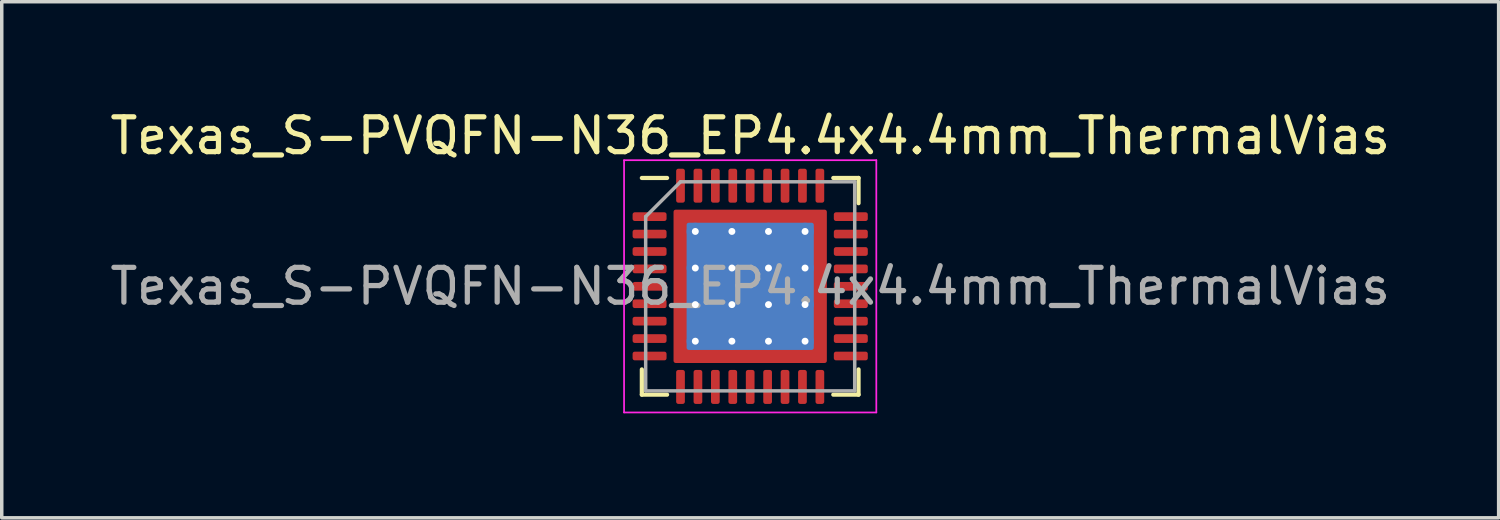
<source format=kicad_pcb>
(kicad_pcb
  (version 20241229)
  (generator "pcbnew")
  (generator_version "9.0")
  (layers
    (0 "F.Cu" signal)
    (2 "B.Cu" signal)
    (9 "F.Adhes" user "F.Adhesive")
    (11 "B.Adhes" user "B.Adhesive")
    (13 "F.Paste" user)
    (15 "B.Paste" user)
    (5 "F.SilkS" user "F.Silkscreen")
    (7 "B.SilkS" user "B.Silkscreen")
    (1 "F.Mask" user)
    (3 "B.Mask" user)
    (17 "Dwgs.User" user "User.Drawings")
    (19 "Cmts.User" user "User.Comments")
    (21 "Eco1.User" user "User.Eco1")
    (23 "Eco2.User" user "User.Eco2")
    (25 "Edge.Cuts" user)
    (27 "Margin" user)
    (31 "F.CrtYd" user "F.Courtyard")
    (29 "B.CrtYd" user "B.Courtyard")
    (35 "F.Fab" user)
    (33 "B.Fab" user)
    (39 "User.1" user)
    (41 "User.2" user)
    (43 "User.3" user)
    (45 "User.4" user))
  (footprint "Texas_S-PVQFN-N36_EP4.4x4.4mm_ThermalVias"
    (layer "F.Cu")
    (at 18.482 5.168)
    (property "Reference" "Texas_S-PVQFN-N36_EP4.4x4.4mm_ThermalVias" (at 0 -4.32 0) (layer "F.SilkS") (effects (font (size 1 1) (thickness 0.15))))
    (attr smd)
    (fp_line (start -3.11 3.11) (end -3.11 2.385) (stroke (width 0.12) (type solid)) (layer "F.SilkS"))
    (fp_line (start -2.385 -3.11) (end -3.11 -3.11) (stroke (width 0.12) (type solid)) (layer "F.SilkS"))
    (fp_line (start -2.385 3.11) (end -3.11 3.11) (stroke (width 0.12) (type solid)) (layer "F.SilkS"))
    (fp_line (start 2.385 -3.11) (end 3.11 -3.11) (stroke (width 0.12) (type solid)) (layer "F.SilkS"))
    (fp_line (start 2.385 3.11) (end 3.11 3.11) (stroke (width 0.12) (type solid)) (layer "F.SilkS"))
    (fp_line (start 3.11 -3.11) (end 3.11 -2.385) (stroke (width 0.12) (type solid)) (layer "F.SilkS"))
    (fp_line (start 3.11 3.11) (end 3.11 2.385) (stroke (width 0.12) (type solid)) (layer "F.SilkS"))
    (fp_line (start -3.62 -3.62) (end -3.62 3.62) (stroke (width 0.05) (type solid)) (layer "F.CrtYd"))
    (fp_line (start -3.62 3.62) (end 3.62 3.62) (stroke (width 0.05) (type solid)) (layer "F.CrtYd"))
    (fp_line (start 3.62 -3.62) (end -3.62 -3.62) (stroke (width 0.05) (type solid)) (layer "F.CrtYd"))
    (fp_line (start 3.62 3.62) (end 3.62 -3.62) (stroke (width 0.05) (type solid)) (layer "F.CrtYd"))
    (fp_line (start -3 -2) (end -2 -3) (stroke (width 0.1) (type solid)) (layer "F.Fab"))
    (fp_line (start -3 3) (end -3 -2) (stroke (width 0.1) (type solid)) (layer "F.Fab"))
    (fp_line (start -2 -3) (end 3 -3) (stroke (width 0.1) (type solid)) (layer "F.Fab"))
    (fp_line (start 3 -3) (end 3 3) (stroke (width 0.1) (type solid)) (layer "F.Fab"))
    (fp_line (start 3 3) (end -3 3) (stroke (width 0.1) (type solid)) (layer "F.Fab"))
    (fp_text user "${REFERENCE}" (at 0 0 0) (layer "F.Fab") (effects (font (size 1 1) (thickness 0.15))))
    (pad "" smd custom (at -1.887 -1.887) (size 0.39 0.39) (layers "F.Paste") (options (anchor circle)) (primitives (gr_poly (pts (xy -0.138 -0.138) (xy 0.138 -0.138) (xy 0.138 0.043) (xy 0.043 0.138) (xy -0.138 0.138)) (width 0.229) (fill yes))))
    (pad "" smd custom (at -1.887 -1.05) (size 0.419 0.419) (layers "F.Paste") (options (anchor circle)) (primitives (gr_poly (pts (xy -0.167 -0.338) (xy 0.096 -0.338) (xy 0.167 -0.267) (xy 0.167 0.267) (xy 0.096 0.338) (xy -0.167 0.338)) (width 0.17) (fill yes))))
    (pad "" smd custom (at -1.887 0) (size 0.419 0.419) (layers "F.Paste") (options (anchor circle)) (primitives (gr_poly (pts (xy -0.167 -0.338) (xy 0.096 -0.338) (xy 0.167 -0.267) (xy 0.167 0.267) (xy 0.096 0.338) (xy -0.167 0.338)) (width 0.17) (fill yes))))
    (pad "" smd custom (at -1.887 1.05) (size 0.419 0.419) (layers "F.Paste") (options (anchor circle)) (primitives (gr_poly (pts (xy -0.167 -0.338) (xy 0.096 -0.338) (xy 0.167 -0.267) (xy 0.167 0.267) (xy 0.096 0.338) (xy -0.167 0.338)) (width 0.17) (fill yes))))
    (pad "" smd custom (at -1.887 1.887) (size 0.39 0.39) (layers "F.Paste") (options (anchor circle)) (primitives (gr_poly (pts (xy -0.138 -0.138) (xy 0.043 -0.138) (xy 0.138 -0.043) (xy 0.138 0.138) (xy -0.138 0.138)) (width 0.229) (fill yes))))
    (pad "" smd custom (at -1.05 -1.887) (size 0.419 0.419) (layers "F.Paste") (options (anchor circle)) (primitives (gr_poly (pts (xy -0.338 -0.167) (xy 0.338 -0.167) (xy 0.338 0.096) (xy 0.267 0.167) (xy -0.267 0.167) (xy -0.338 0.096)) (width 0.17) (fill yes))))
    (pad "" smd roundrect (at -1.05 -1.05) (size 0.847 0.847) (layers "F.Paste") (roundrect_rratio 0.25))
    (pad "" smd roundrect (at -1.05 0) (size 0.847 0.847) (layers "F.Paste") (roundrect_rratio 0.25))
    (pad "" smd roundrect (at -1.05 1.05) (size 0.847 0.847) (layers "F.Paste") (roundrect_rratio 0.25))
    (pad "" smd custom (at -1.05 1.887) (size 0.419 0.419) (layers "F.Paste") (options (anchor circle)) (primitives (gr_poly (pts (xy -0.338 -0.096) (xy -0.267 -0.167) (xy 0.267 -0.167) (xy 0.338 -0.096) (xy 0.338 0.167) (xy -0.338 0.167)) (width 0.17) (fill yes))))
    (pad "" smd custom (at 0 -1.887) (size 0.419 0.419) (layers "F.Paste") (options (anchor circle)) (primitives (gr_poly (pts (xy -0.338 -0.167) (xy 0.338 -0.167) (xy 0.338 0.096) (xy 0.267 0.167) (xy -0.267 0.167) (xy -0.338 0.096)) (width 0.17) (fill yes))))
    (pad "" smd roundrect (at 0 -1.05) (size 0.847 0.847) (layers "F.Paste") (roundrect_rratio 0.25))
    (pad "" smd roundrect (at 0 0) (size 0.847 0.847) (layers "F.Paste") (roundrect_rratio 0.25))
    (pad "" smd roundrect (at 0 1.05) (size 0.847 0.847) (layers "F.Paste") (roundrect_rratio 0.25))
    (pad "" smd custom (at 0 1.887) (size 0.419 0.419) (layers "F.Paste") (options (anchor circle)) (primitives (gr_poly (pts (xy -0.338 -0.096) (xy -0.267 -0.167) (xy 0.267 -0.167) (xy 0.338 -0.096) (xy 0.338 0.167) (xy -0.338 0.167)) (width 0.17) (fill yes))))
    (pad "" smd custom (at 1.05 -1.887) (size 0.419 0.419) (layers "F.Paste") (options (anchor circle)) (primitives (gr_poly (pts (xy -0.338 -0.167) (xy 0.338 -0.167) (xy 0.338 0.096) (xy 0.267 0.167) (xy -0.267 0.167) (xy -0.338 0.096)) (width 0.17) (fill yes))))
    (pad "" smd roundrect (at 1.05 -1.05) (size 0.847 0.847) (layers "F.Paste") (roundrect_rratio 0.25))
    (pad "" smd roundrect (at 1.05 0) (size 0.847 0.847) (layers "F.Paste") (roundrect_rratio 0.25))
    (pad "" smd roundrect (at 1.05 1.05) (size 0.847 0.847) (layers "F.Paste") (roundrect_rratio 0.25))
    (pad "" smd custom (at 1.05 1.887) (size 0.419 0.419) (layers "F.Paste") (options (anchor circle)) (primitives (gr_poly (pts (xy -0.338 -0.096) (xy -0.267 -0.167) (xy 0.267 -0.167) (xy 0.338 -0.096) (xy 0.338 0.167) (xy -0.338 0.167)) (width 0.17) (fill yes))))
    (pad "" smd custom (at 1.887 -1.887) (size 0.39 0.39) (layers "F.Paste") (options (anchor circle)) (primitives (gr_poly (pts (xy -0.138 -0.138) (xy 0.138 -0.138) (xy 0.138 0.138) (xy -0.043 0.138) (xy -0.138 0.043)) (width 0.229) (fill yes))))
    (pad "" smd custom (at 1.887 -1.05) (size 0.419 0.419) (layers "F.Paste") (options (anchor circle)) (primitives (gr_poly (pts (xy -0.167 -0.267) (xy -0.096 -0.338) (xy 0.167 -0.338) (xy 0.167 0.338) (xy -0.096 0.338) (xy -0.167 0.267)) (width 0.17) (fill yes))))
    (pad "" smd custom (at 1.887 0) (size 0.419 0.419) (layers "F.Paste") (options (anchor circle)) (primitives (gr_poly (pts (xy -0.167 -0.267) (xy -0.096 -0.338) (xy 0.167 -0.338) (xy 0.167 0.338) (xy -0.096 0.338) (xy -0.167 0.267)) (width 0.17) (fill yes))))
    (pad "" smd custom (at 1.887 1.05) (size 0.419 0.419) (layers "F.Paste") (options (anchor circle)) (primitives (gr_poly (pts (xy -0.167 -0.267) (xy -0.096 -0.338) (xy 0.167 -0.338) (xy 0.167 0.338) (xy -0.096 0.338) (xy -0.167 0.267)) (width 0.17) (fill yes))))
    (pad "" smd custom (at 1.887 1.887) (size 0.39 0.39) (layers "F.Paste") (options (anchor circle)) (primitives (gr_poly (pts (xy -0.138 -0.043) (xy -0.043 -0.138) (xy 0.138 -0.138) (xy 0.138 0.138) (xy -0.138 0.138)) (width 0.229) (fill yes))))
    (pad "1" smd roundrect (at -2.888 -2) (size 0.975 0.25) (layers "F.Cu" "F.Mask" "F.Paste") (roundrect_rratio 0.25))
    (pad "2" smd roundrect (at -2.888 -1.5) (size 0.975 0.25) (layers "F.Cu" "F.Mask" "F.Paste") (roundrect_rratio 0.25))
    (pad "3" smd roundrect (at -2.888 -1) (size 0.975 0.25) (layers "F.Cu" "F.Mask" "F.Paste") (roundrect_rratio 0.25))
    (pad "4" smd roundrect (at -2.888 -0.5) (size 0.975 0.25) (layers "F.Cu" "F.Mask" "F.Paste") (roundrect_rratio 0.25))
    (pad "5" smd roundrect (at -2.888 0) (size 0.975 0.25) (layers "F.Cu" "F.Mask" "F.Paste") (roundrect_rratio 0.25))
    (pad "6" smd roundrect (at -2.888 0.5) (size 0.975 0.25) (layers "F.Cu" "F.Mask" "F.Paste") (roundrect_rratio 0.25))
    (pad "7" smd roundrect (at -2.888 1) (size 0.975 0.25) (layers "F.Cu" "F.Mask" "F.Paste") (roundrect_rratio 0.25))
    (pad "8" smd roundrect (at -2.888 1.5) (size 0.975 0.25) (layers "F.Cu" "F.Mask" "F.Paste") (roundrect_rratio 0.25))
    (pad "9" smd roundrect (at -2.888 2) (size 0.975 0.25) (layers "F.Cu" "F.Mask" "F.Paste") (roundrect_rratio 0.25))
    (pad "10" smd roundrect (at -2 2.888) (size 0.25 0.975) (layers "F.Cu" "F.Mask" "F.Paste") (roundrect_rratio 0.25))
    (pad "11" smd roundrect (at -1.5 2.888) (size 0.25 0.975) (layers "F.Cu" "F.Mask" "F.Paste") (roundrect_rratio 0.25))
    (pad "12" smd roundrect (at -1 2.888) (size 0.25 0.975) (layers "F.Cu" "F.Mask" "F.Paste") (roundrect_rratio 0.25))
    (pad "13" smd roundrect (at -0.5 2.888) (size 0.25 0.975) (layers "F.Cu" "F.Mask" "F.Paste") (roundrect_rratio 0.25))
    (pad "14" smd roundrect (at 0 2.888) (size 0.25 0.975) (layers "F.Cu" "F.Mask" "F.Paste") (roundrect_rratio 0.25))
    (pad "15" smd roundrect (at 0.5 2.888) (size 0.25 0.975) (layers "F.Cu" "F.Mask" "F.Paste") (roundrect_rratio 0.25))
    (pad "16" smd roundrect (at 1 2.888) (size 0.25 0.975) (layers "F.Cu" "F.Mask" "F.Paste") (roundrect_rratio 0.25))
    (pad "17" smd roundrect (at 1.5 2.888) (size 0.25 0.975) (layers "F.Cu" "F.Mask" "F.Paste") (roundrect_rratio 0.25))
    (pad "18" smd roundrect (at 2 2.888) (size 0.25 0.975) (layers "F.Cu" "F.Mask" "F.Paste") (roundrect_rratio 0.25))
    (pad "19" smd roundrect (at 2.888 2) (size 0.975 0.25) (layers "F.Cu" "F.Mask" "F.Paste") (roundrect_rratio 0.25))
    (pad "20" smd roundrect (at 2.888 1.5) (size 0.975 0.25) (layers "F.Cu" "F.Mask" "F.Paste") (roundrect_rratio 0.25))
    (pad "21" smd roundrect (at 2.888 1) (size 0.975 0.25) (layers "F.Cu" "F.Mask" "F.Paste") (roundrect_rratio 0.25))
    (pad "22" smd roundrect (at 2.888 0.5) (size 0.975 0.25) (layers "F.Cu" "F.Mask" "F.Paste") (roundrect_rratio 0.25))
    (pad "23" smd roundrect (at 2.888 0) (size 0.975 0.25) (layers "F.Cu" "F.Mask" "F.Paste") (roundrect_rratio 0.25))
    (pad "24" smd roundrect (at 2.888 -0.5) (size 0.975 0.25) (layers "F.Cu" "F.Mask" "F.Paste") (roundrect_rratio 0.25))
    (pad "25" smd roundrect (at 2.888 -1) (size 0.975 0.25) (layers "F.Cu" "F.Mask" "F.Paste") (roundrect_rratio 0.25))
    (pad "26" smd roundrect (at 2.888 -1.5) (size 0.975 0.25) (layers "F.Cu" "F.Mask" "F.Paste") (roundrect_rratio 0.25))
    (pad "27" smd roundrect (at 2.888 -2) (size 0.975 0.25) (layers "F.Cu" "F.Mask" "F.Paste") (roundrect_rratio 0.25))
    (pad "28" smd roundrect (at 2 -2.888) (size 0.25 0.975) (layers "F.Cu" "F.Mask" "F.Paste") (roundrect_rratio 0.25))
    (pad "29" smd roundrect (at 1.5 -2.888) (size 0.25 0.975) (layers "F.Cu" "F.Mask" "F.Paste") (roundrect_rratio 0.25))
    (pad "30" smd roundrect (at 1 -2.888) (size 0.25 0.975) (layers "F.Cu" "F.Mask" "F.Paste") (roundrect_rratio 0.25))
    (pad "31" smd roundrect (at 0.5 -2.888) (size 0.25 0.975) (layers "F.Cu" "F.Mask" "F.Paste") (roundrect_rratio 0.25))
    (pad "32" smd roundrect (at 0 -2.888) (size 0.25 0.975) (layers "F.Cu" "F.Mask" "F.Paste") (roundrect_rratio 0.25))
    (pad "33" smd roundrect (at -0.5 -2.888) (size 0.25 0.975) (layers "F.Cu" "F.Mask" "F.Paste") (roundrect_rratio 0.25))
    (pad "34" smd roundrect (at -1 -2.888) (size 0.25 0.975) (layers "F.Cu" "F.Mask" "F.Paste") (roundrect_rratio 0.25))
    (pad "35" smd roundrect (at -1.5 -2.888) (size 0.25 0.975) (layers "F.Cu" "F.Mask" "F.Paste") (roundrect_rratio 0.25))
    (pad "36" smd roundrect (at -2 -2.888) (size 0.25 0.975) (layers "F.Cu" "F.Mask" "F.Paste") (roundrect_rratio 0.25))
    (pad "37" thru_hole circle (at -1.575 -1.575) (size 0.5 0.5) (drill 0.2) (layers "*.Cu"))
    (pad "37" thru_hole circle (at -1.575 -0.525) (size 0.5 0.5) (drill 0.2) (layers "*.Cu"))
    (pad "37" thru_hole circle (at -1.575 0.525) (size 0.5 0.5) (drill 0.2) (layers "*.Cu"))
    (pad "37" thru_hole circle (at -1.575 1.575) (size 0.5 0.5) (drill 0.2) (layers "*.Cu"))
    (pad "37" thru_hole circle (at -0.525 -1.575) (size 0.5 0.5) (drill 0.2) (layers "*.Cu"))
    (pad "37" thru_hole circle (at -0.525 -0.525) (size 0.5 0.5) (drill 0.2) (layers "*.Cu"))
    (pad "37" thru_hole circle (at -0.525 0.525) (size 0.5 0.5) (drill 0.2) (layers "*.Cu"))
    (pad "37" thru_hole circle (at -0.525 1.575) (size 0.5 0.5) (drill 0.2) (layers "*.Cu"))
    (pad "37" smd roundrect (at 0 0) (size 3.65 3.65) (layers "B.Cu") (roundrect_rratio 0.017))
    (pad "37" smd roundrect (at 0 0) (size 4.4 4.4) (layers "F.Cu" "F.Mask") (roundrect_rratio 0.014))
    (pad "37" thru_hole circle (at 0.525 -1.575) (size 0.5 0.5) (drill 0.2) (layers "*.Cu"))
    (pad "37" thru_hole circle (at 0.525 -0.525) (size 0.5 0.5) (drill 0.2) (layers "*.Cu"))
    (pad "37" thru_hole circle (at 0.525 0.525) (size 0.5 0.5) (drill 0.2) (layers "*.Cu"))
    (pad "37" thru_hole circle (at 0.525 1.575) (size 0.5 0.5) (drill 0.2) (layers "*.Cu"))
    (pad "37" thru_hole circle (at 1.575 -1.575) (size 0.5 0.5) (drill 0.2) (layers "*.Cu"))
    (pad "37" thru_hole circle (at 1.575 -0.525) (size 0.5 0.5) (drill 0.2) (layers "*.Cu"))
    (pad "37" thru_hole circle (at 1.575 0.525) (size 0.5 0.5) (drill 0.2) (layers "*.Cu"))
    (pad "37" thru_hole circle (at 1.575 1.575) (size 0.5 0.5) (drill 0.2) (layers "*.Cu")))
  (gr_rect
    (start -3 -3)
    (end 39.964 11.813)
    (stroke (width 0.1) (type default))
    (fill no)
    (layer "Edge.Cuts")))
</source>
